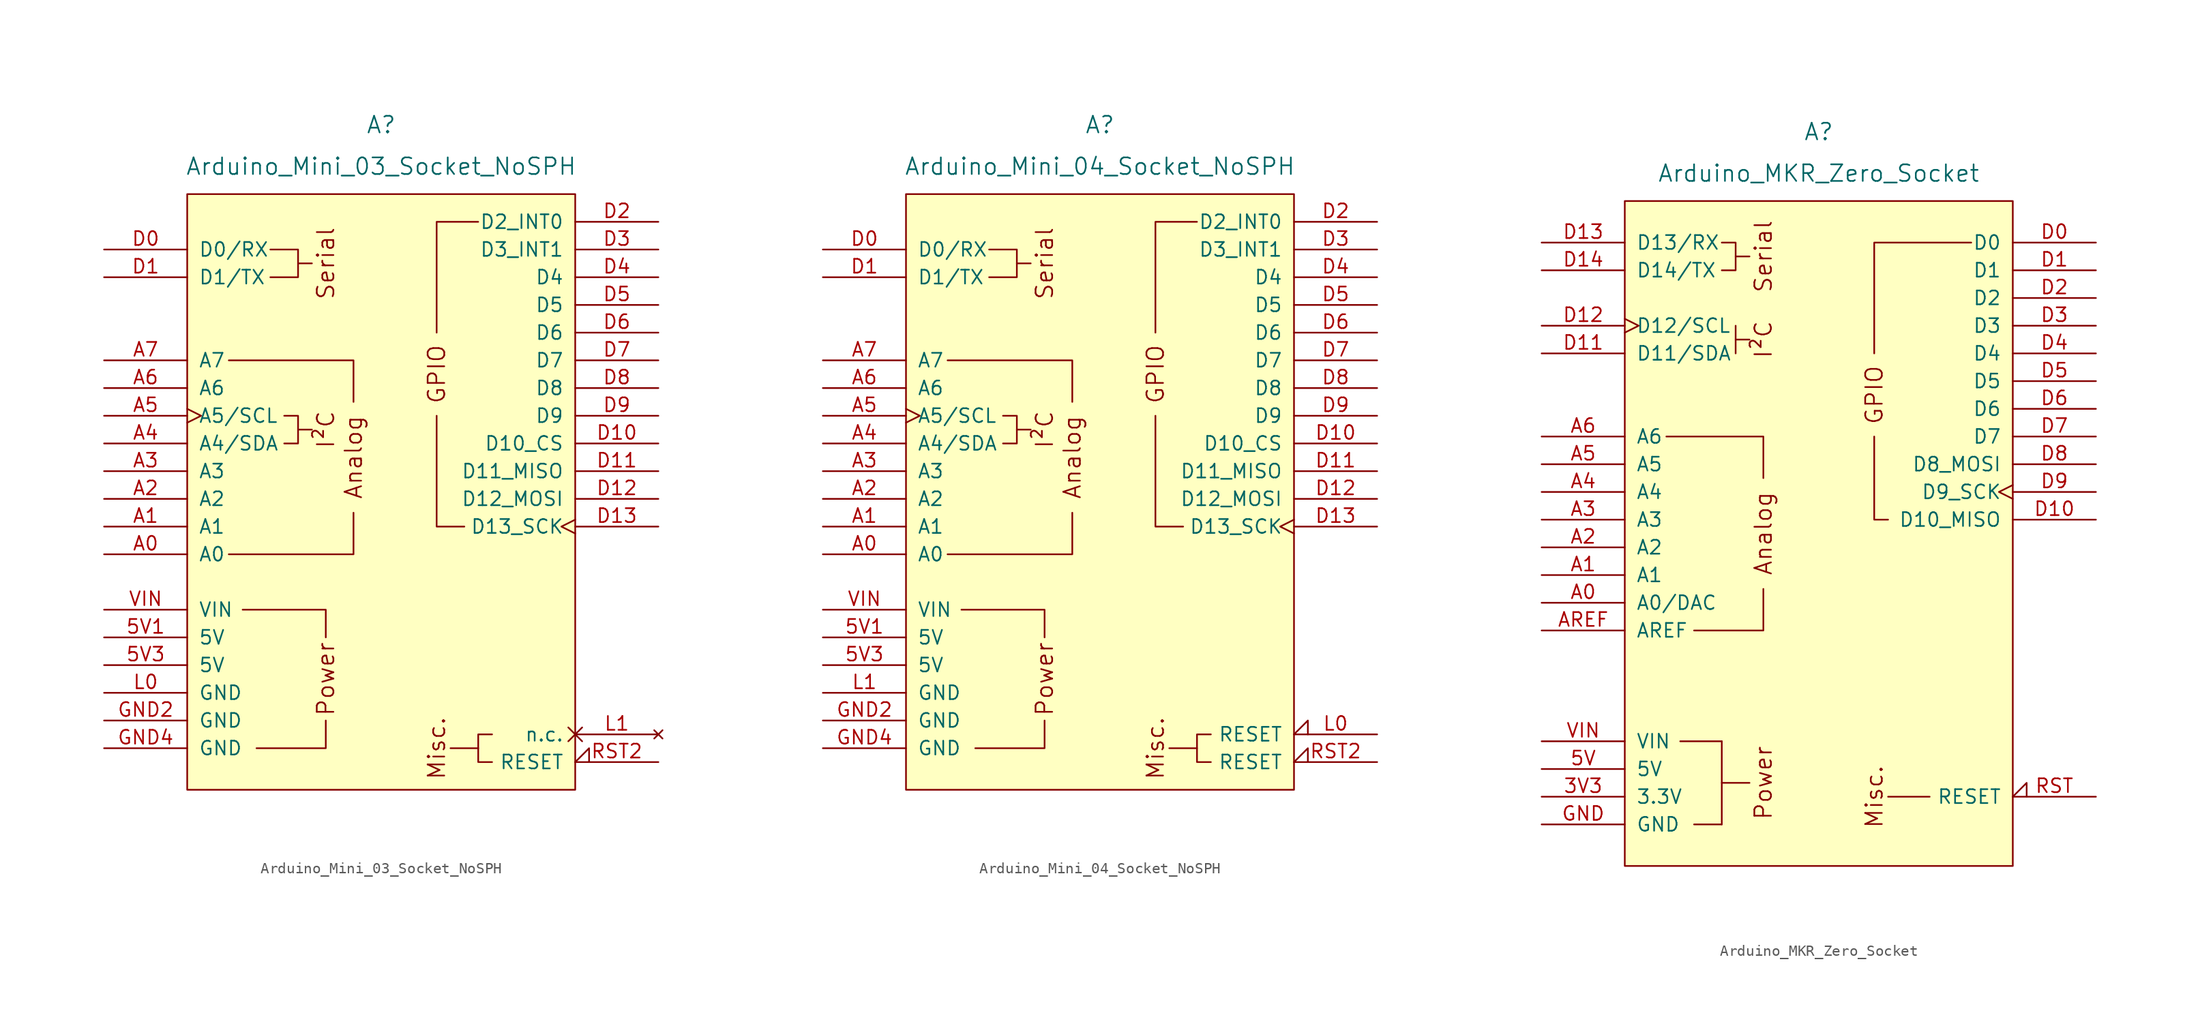
<source format=kicad_sym>
(kicad_symbol_lib
  (version 20231120)
  (generator "kicad_symbol_editor")
  (generator_version "8.0")
  (symbol "Arduino_Mini_03_Socket_NoSPH"
    (pin_names
      (offset 1.016))
    (property "Reference" "A"
      (at 0 34.29 0)
      (effects (font (size 1.524 1.524))))
    (property "Value" "Arduino_Mini_03_Socket_NoSPH"
      (at 0 30.48 0)
      (effects (font (size 1.524 1.524))))
    (symbol "Arduino_Mini_03_Socket_NoSPH_0_0"
      (rectangle (start -17.78 27.94) (end 17.78 -26.67) (stroke (width 0) (type default)) (fill (type background)))
      (polyline (pts (xy -7.62 6.35) (xy -6.35 6.35)) (stroke (width 0) (type default)) (fill (type none)))
      (polyline (pts (xy -7.62 21.59) (xy -6.35 21.59)) (stroke (width 0) (type default)) (fill (type none)))
      (polyline (pts (xy 8.89 -22.86) (xy 6.35 -22.86)) (stroke (width 0) (type default)) (fill (type none)))
      (polyline (pts (xy -11.43 -22.86) (xy -5.08 -22.86) (xy -5.08 -20.32)) (stroke (width 0) (type default)) (fill (type none)))
      (polyline (pts (xy -5.08 -12.7) (xy -5.08 -10.16) (xy -12.7 -10.16)) (stroke (width 0) (type default)) (fill (type none)))
      (polyline (pts (xy -2.54 -1.27) (xy -2.54 -5.08) (xy -13.97 -5.08)) (stroke (width 0) (type default)) (fill (type none)))
      (polyline (pts (xy -2.54 8.89) (xy -2.54 12.7) (xy -13.97 12.7)) (stroke (width 0) (type default)) (fill (type none)))
      (polyline (pts (xy -10.16 22.86) (xy -7.62 22.86) (xy -7.62 20.32) (xy -10.16 20.32)) (stroke (width 0) (type default)) (fill (type none)))
      (polyline (pts (xy -8.89 7.62) (xy -7.62 7.62) (xy -7.62 5.08) (xy -8.89 5.08)) (stroke (width 0) (type default)) (fill (type none)))
      (text "Analog" (at -2.54 3.81 900) (effects (font (size 1.524 1.524))))
      (text "I²C" (at -5.08 6.35 900) (effects (font (size 1.524 1.524))))
      (text "Misc." (at 5.08 -22.86 900) (effects (font (size 1.524 1.524))))
      (text "Power" (at -5.08 -16.51 900) (effects (font (size 1.524 1.524))))
      (text "Serial" (at -5.08 21.59 900) (effects (font (size 1.524 1.524)))))
    (symbol "Arduino_Mini_03_Socket_NoSPH_0_1"
      (polyline (pts (xy 7.62 -2.54) (xy 5.08 -2.54) (xy 5.08 7.62)) (stroke (width 0) (type default)) (fill (type none)))
      (polyline (pts (xy 8.89 25.4) (xy 5.08 25.4) (xy 5.08 15.24)) (stroke (width 0) (type default)) (fill (type none)))
      (polyline (pts (xy 10.16 -21.59) (xy 8.89 -21.59) (xy 8.89 -24.13) (xy 10.16 -24.13)) (stroke (width 0) (type default)) (fill (type none))))
    (symbol "Arduino_Mini_03_Socket_NoSPH_1_0"
      (text "GPIO" (at 5.08 11.43 900) (effects (font (size 1.524 1.524)))))
    (symbol "Arduino_Mini_03_Socket_NoSPH_1_1"
      (pin power_in line (at -25.4 -12.7 0) (length 7.62) (name "5V" (effects (font (size 1.27 1.27)))) (number "5V1" (effects (font (size 1.27 1.27)))))
      (pin power_in line (at -25.4 -15.24 0) (length 7.62) (name "5V" (effects (font (size 1.27 1.27)))) (number "5V3" (effects (font (size 1.27 1.27)))))
      (pin bidirectional line (at -25.4 -5.08 0) (length 7.62) (name "A0" (effects (font (size 1.27 1.27)))) (number "A0" (effects (font (size 1.27 1.27)))))
      (pin bidirectional line (at -25.4 -2.54 0) (length 7.62) (name "A1" (effects (font (size 1.27 1.27)))) (number "A1" (effects (font (size 1.27 1.27)))))
      (pin bidirectional line (at -25.4 0 0) (length 7.62) (name "A2" (effects (font (size 1.27 1.27)))) (number "A2" (effects (font (size 1.27 1.27)))))
      (pin bidirectional line (at -25.4 2.54 0) (length 7.62) (name "A3" (effects (font (size 1.27 1.27)))) (number "A3" (effects (font (size 1.27 1.27)))))
      (pin bidirectional line (at -25.4 5.08 0) (length 7.62) (name "A4/SDA" (effects (font (size 1.27 1.27)))) (number "A4" (effects (font (size 1.27 1.27)))))
      (pin bidirectional clock (at -25.4 7.62 0) (length 7.62) (name "A5/SCL" (effects (font (size 1.27 1.27)))) (number "A5" (effects (font (size 1.27 1.27)))))
      (pin input line (at -25.4 10.16 0) (length 7.62) (name "A6" (effects (font (size 1.27 1.27)))) (number "A6" (effects (font (size 1.27 1.27)))))
      (pin input line (at -25.4 12.7 0) (length 7.62) (name "A7" (effects (font (size 1.27 1.27)))) (number "A7" (effects (font (size 1.27 1.27)))))
      (pin bidirectional line (at -25.4 22.86 0) (length 7.62) (name "D0/RX" (effects (font (size 1.27 1.27)))) (number "D0" (effects (font (size 1.27 1.27)))))
      (pin bidirectional line (at -25.4 20.32 0) (length 7.62) (name "D1/TX" (effects (font (size 1.27 1.27)))) (number "D1" (effects (font (size 1.27 1.27)))))
      (pin bidirectional line (at 25.4 5.08 180) (length 7.62) (name "D10_CS" (effects (font (size 1.27 1.27)))) (number "D10" (effects (font (size 1.27 1.27)))))
      (pin bidirectional line (at 25.4 2.54 180) (length 7.62) (name "D11_MISO" (effects (font (size 1.27 1.27)))) (number "D11" (effects (font (size 1.27 1.27)))))
      (pin bidirectional line (at 25.4 0 180) (length 7.62) (name "D12_MOSI" (effects (font (size 1.27 1.27)))) (number "D12" (effects (font (size 1.27 1.27)))))
      (pin bidirectional clock (at 25.4 -2.54 180) (length 7.62) (name "D13_SCK" (effects (font (size 1.27 1.27)))) (number "D13" (effects (font (size 1.27 1.27)))))
      (pin bidirectional line (at 25.4 25.4 180) (length 7.62) (name "D2_INT0" (effects (font (size 1.27 1.27)))) (number "D2" (effects (font (size 1.27 1.27)))))
      (pin bidirectional line (at 25.4 22.86 180) (length 7.62) (name "D3_INT1" (effects (font (size 1.27 1.27)))) (number "D3" (effects (font (size 1.27 1.27)))))
      (pin bidirectional line (at 25.4 20.32 180) (length 7.62) (name "D4" (effects (font (size 1.27 1.27)))) (number "D4" (effects (font (size 1.27 1.27)))))
      (pin bidirectional line (at 25.4 17.78 180) (length 7.62) (name "D5" (effects (font (size 1.27 1.27)))) (number "D5" (effects (font (size 1.27 1.27)))))
      (pin bidirectional line (at 25.4 15.24 180) (length 7.62) (name "D6" (effects (font (size 1.27 1.27)))) (number "D6" (effects (font (size 1.27 1.27)))))
      (pin bidirectional line (at 25.4 12.7 180) (length 7.62) (name "D7" (effects (font (size 1.27 1.27)))) (number "D7" (effects (font (size 1.27 1.27)))))
      (pin bidirectional line (at 25.4 10.16 180) (length 7.62) (name "D8" (effects (font (size 1.27 1.27)))) (number "D8" (effects (font (size 1.27 1.27)))))
      (pin bidirectional line (at 25.4 7.62 180) (length 7.62) (name "D9" (effects (font (size 1.27 1.27)))) (number "D9" (effects (font (size 1.27 1.27)))))
      (pin power_in line (at -25.4 -20.32 0) (length 7.62) (name "GND" (effects (font (size 1.27 1.27)))) (number "GND2" (effects (font (size 1.27 1.27)))))
      (pin power_in line (at -25.4 -22.86 0) (length 7.62) (name "GND" (effects (font (size 1.27 1.27)))) (number "GND4" (effects (font (size 1.27 1.27)))))
      (pin power_in line (at -25.4 -17.78 0) (length 7.62) (name "GND" (effects (font (size 1.27 1.27)))) (number "L0" (effects (font (size 1.27 1.27)))))
      (pin no_connect non_logic (at 25.4 -21.59 180) (length 7.62) (name "n.c." (effects (font (size 1.27 1.27)))) (number "L1" (effects (font (size 1.27 1.27)))))
      (pin open_collector input_low (at 25.4 -24.13 180) (length 7.62) (name "RESET" (effects (font (size 1.27 1.27)))) (number "RST2" (effects (font (size 1.27 1.27)))))
      (pin power_in line (at -25.4 -10.16 0) (length 7.62) (name "VIN" (effects (font (size 1.27 1.27)))) (number "VIN" (effects (font (size 1.27 1.27)))))))
  (symbol "Arduino_Mini_04_Socket_NoSPH"
    (pin_names
      (offset 1.016))
    (property "Reference" "A"
      (at 0 34.29 0)
      (effects (font (size 1.524 1.524))))
    (property "Value" "Arduino_Mini_04_Socket_NoSPH"
      (at 0 30.48 0)
      (effects (font (size 1.524 1.524))))
    (symbol "Arduino_Mini_04_Socket_NoSPH_0_0"
      (rectangle (start -17.78 27.94) (end 17.78 -26.67) (stroke (width 0) (type default)) (fill (type background)))
      (polyline (pts (xy -7.62 6.35) (xy -6.35 6.35)) (stroke (width 0) (type default)) (fill (type none)))
      (polyline (pts (xy -7.62 21.59) (xy -6.35 21.59)) (stroke (width 0) (type default)) (fill (type none)))
      (polyline (pts (xy 8.89 -22.86) (xy 6.35 -22.86)) (stroke (width 0) (type default)) (fill (type none)))
      (polyline (pts (xy -11.43 -22.86) (xy -5.08 -22.86) (xy -5.08 -20.32)) (stroke (width 0) (type default)) (fill (type none)))
      (polyline (pts (xy -5.08 -12.7) (xy -5.08 -10.16) (xy -12.7 -10.16)) (stroke (width 0) (type default)) (fill (type none)))
      (polyline (pts (xy -2.54 -1.27) (xy -2.54 -5.08) (xy -13.97 -5.08)) (stroke (width 0) (type default)) (fill (type none)))
      (polyline (pts (xy -2.54 8.89) (xy -2.54 12.7) (xy -13.97 12.7)) (stroke (width 0) (type default)) (fill (type none)))
      (polyline (pts (xy -10.16 22.86) (xy -7.62 22.86) (xy -7.62 20.32) (xy -10.16 20.32)) (stroke (width 0) (type default)) (fill (type none)))
      (polyline (pts (xy -8.89 7.62) (xy -7.62 7.62) (xy -7.62 5.08) (xy -8.89 5.08)) (stroke (width 0) (type default)) (fill (type none)))
      (text "Analog" (at -2.54 3.81 900) (effects (font (size 1.524 1.524))))
      (text "I²C" (at -5.08 6.35 900) (effects (font (size 1.524 1.524))))
      (text "Misc." (at 5.08 -22.86 900) (effects (font (size 1.524 1.524))))
      (text "Power" (at -5.08 -16.51 900) (effects (font (size 1.524 1.524))))
      (text "Serial" (at -5.08 21.59 900) (effects (font (size 1.524 1.524)))))
    (symbol "Arduino_Mini_04_Socket_NoSPH_0_1"
      (polyline (pts (xy 7.62 -2.54) (xy 5.08 -2.54) (xy 5.08 7.62)) (stroke (width 0) (type default)) (fill (type none)))
      (polyline (pts (xy 8.89 25.4) (xy 5.08 25.4) (xy 5.08 15.24)) (stroke (width 0) (type default)) (fill (type none)))
      (polyline (pts (xy 10.16 -21.59) (xy 8.89 -21.59) (xy 8.89 -24.13) (xy 10.16 -24.13)) (stroke (width 0) (type default)) (fill (type none))))
    (symbol "Arduino_Mini_04_Socket_NoSPH_1_0"
      (text "GPIO" (at 5.08 11.43 900) (effects (font (size 1.524 1.524)))))
    (symbol "Arduino_Mini_04_Socket_NoSPH_1_1"
      (pin power_in line (at -25.4 -12.7 0) (length 7.62) (name "5V" (effects (font (size 1.27 1.27)))) (number "5V1" (effects (font (size 1.27 1.27)))))
      (pin power_in line (at -25.4 -15.24 0) (length 7.62) (name "5V" (effects (font (size 1.27 1.27)))) (number "5V3" (effects (font (size 1.27 1.27)))))
      (pin bidirectional line (at -25.4 -5.08 0) (length 7.62) (name "A0" (effects (font (size 1.27 1.27)))) (number "A0" (effects (font (size 1.27 1.27)))))
      (pin bidirectional line (at -25.4 -2.54 0) (length 7.62) (name "A1" (effects (font (size 1.27 1.27)))) (number "A1" (effects (font (size 1.27 1.27)))))
      (pin bidirectional line (at -25.4 0 0) (length 7.62) (name "A2" (effects (font (size 1.27 1.27)))) (number "A2" (effects (font (size 1.27 1.27)))))
      (pin bidirectional line (at -25.4 2.54 0) (length 7.62) (name "A3" (effects (font (size 1.27 1.27)))) (number "A3" (effects (font (size 1.27 1.27)))))
      (pin bidirectional line (at -25.4 5.08 0) (length 7.62) (name "A4/SDA" (effects (font (size 1.27 1.27)))) (number "A4" (effects (font (size 1.27 1.27)))))
      (pin bidirectional clock (at -25.4 7.62 0) (length 7.62) (name "A5/SCL" (effects (font (size 1.27 1.27)))) (number "A5" (effects (font (size 1.27 1.27)))))
      (pin input line (at -25.4 10.16 0) (length 7.62) (name "A6" (effects (font (size 1.27 1.27)))) (number "A6" (effects (font (size 1.27 1.27)))))
      (pin input line (at -25.4 12.7 0) (length 7.62) (name "A7" (effects (font (size 1.27 1.27)))) (number "A7" (effects (font (size 1.27 1.27)))))
      (pin bidirectional line (at -25.4 22.86 0) (length 7.62) (name "D0/RX" (effects (font (size 1.27 1.27)))) (number "D0" (effects (font (size 1.27 1.27)))))
      (pin bidirectional line (at -25.4 20.32 0) (length 7.62) (name "D1/TX" (effects (font (size 1.27 1.27)))) (number "D1" (effects (font (size 1.27 1.27)))))
      (pin bidirectional line (at 25.4 5.08 180) (length 7.62) (name "D10_CS" (effects (font (size 1.27 1.27)))) (number "D10" (effects (font (size 1.27 1.27)))))
      (pin bidirectional line (at 25.4 2.54 180) (length 7.62) (name "D11_MISO" (effects (font (size 1.27 1.27)))) (number "D11" (effects (font (size 1.27 1.27)))))
      (pin bidirectional line (at 25.4 0 180) (length 7.62) (name "D12_MOSI" (effects (font (size 1.27 1.27)))) (number "D12" (effects (font (size 1.27 1.27)))))
      (pin bidirectional clock (at 25.4 -2.54 180) (length 7.62) (name "D13_SCK" (effects (font (size 1.27 1.27)))) (number "D13" (effects (font (size 1.27 1.27)))))
      (pin bidirectional line (at 25.4 25.4 180) (length 7.62) (name "D2_INT0" (effects (font (size 1.27 1.27)))) (number "D2" (effects (font (size 1.27 1.27)))))
      (pin bidirectional line (at 25.4 22.86 180) (length 7.62) (name "D3_INT1" (effects (font (size 1.27 1.27)))) (number "D3" (effects (font (size 1.27 1.27)))))
      (pin bidirectional line (at 25.4 20.32 180) (length 7.62) (name "D4" (effects (font (size 1.27 1.27)))) (number "D4" (effects (font (size 1.27 1.27)))))
      (pin bidirectional line (at 25.4 17.78 180) (length 7.62) (name "D5" (effects (font (size 1.27 1.27)))) (number "D5" (effects (font (size 1.27 1.27)))))
      (pin bidirectional line (at 25.4 15.24 180) (length 7.62) (name "D6" (effects (font (size 1.27 1.27)))) (number "D6" (effects (font (size 1.27 1.27)))))
      (pin bidirectional line (at 25.4 12.7 180) (length 7.62) (name "D7" (effects (font (size 1.27 1.27)))) (number "D7" (effects (font (size 1.27 1.27)))))
      (pin bidirectional line (at 25.4 10.16 180) (length 7.62) (name "D8" (effects (font (size 1.27 1.27)))) (number "D8" (effects (font (size 1.27 1.27)))))
      (pin bidirectional line (at 25.4 7.62 180) (length 7.62) (name "D9" (effects (font (size 1.27 1.27)))) (number "D9" (effects (font (size 1.27 1.27)))))
      (pin power_in line (at -25.4 -20.32 0) (length 7.62) (name "GND" (effects (font (size 1.27 1.27)))) (number "GND2" (effects (font (size 1.27 1.27)))))
      (pin power_in line (at -25.4 -22.86 0) (length 7.62) (name "GND" (effects (font (size 1.27 1.27)))) (number "GND4" (effects (font (size 1.27 1.27)))))
      (pin open_collector input_low (at 25.4 -21.59 180) (length 7.62) (name "RESET" (effects (font (size 1.27 1.27)))) (number "L0" (effects (font (size 1.27 1.27)))))
      (pin power_in line (at -25.4 -17.78 0) (length 7.62) (name "GND" (effects (font (size 1.27 1.27)))) (number "L1" (effects (font (size 1.27 1.27)))))
      (pin open_collector input_low (at 25.4 -24.13 180) (length 7.62) (name "RESET" (effects (font (size 1.27 1.27)))) (number "RST2" (effects (font (size 1.27 1.27)))))
      (pin power_in line (at -25.4 -10.16 0) (length 7.62) (name "VIN" (effects (font (size 1.27 1.27)))) (number "VIN" (effects (font (size 1.27 1.27)))))))
  (symbol "Arduino_MKR_Zero_Socket"
    (pin_names
      (offset 1.016))
    (property "Reference" "A"
      (at 0 36.83 0)
      (effects (font (size 1.524 1.524))))
    (property "Value" "Arduino_MKR_Zero_Socket"
      (at 0 33.02 0)
      (effects (font (size 1.524 1.524))))
    (symbol "Arduino_MKR_Zero_Socket_0_0"
      (rectangle (start -17.78 30.48) (end 17.78 -30.48) (stroke (width 0) (type default)) (fill (type background)))
      (rectangle (start -12.7 -19.05) (end -8.89 -19.05) (stroke (width 0) (type default)) (fill (type none)))
      (rectangle (start -11.43 -26.67) (end -8.89 -26.67) (stroke (width 0) (type default)) (fill (type none)))
      (rectangle (start -8.89 -22.86) (end -6.35 -22.86) (stroke (width 0) (type default)) (fill (type none)))
      (polyline (pts (xy -8.89 -19.05) (xy -8.89 -26.67)) (stroke (width 0) (type default)) (fill (type none)))
      (polyline (pts (xy -7.62 25.4) (xy -6.35 25.4)) (stroke (width 0) (type default)) (fill (type none)))
      (polyline (pts (xy -5.08 -5.08) (xy -5.08 -8.89) (xy -11.43 -8.89)) (stroke (width 0) (type default)) (fill (type none)))
      (polyline (pts (xy -5.08 5.08) (xy -5.08 8.89) (xy -13.97 8.89)) (stroke (width 0) (type default)) (fill (type none)))
      (polyline (pts (xy 5.08 8.89) (xy 5.08 1.27) (xy 6.35 1.27)) (stroke (width 0) (type default)) (fill (type none)))
      (polyline (pts (xy 5.08 16.51) (xy 5.08 26.67) (xy 13.97 26.67)) (stroke (width 0) (type default)) (fill (type none)))
      (polyline (pts (xy -8.89 26.67) (xy -7.62 26.67) (xy -7.62 24.13) (xy -8.89 24.13)) (stroke (width 0) (type default)) (fill (type none)))
      (rectangle (start 6.35 -24.13) (end 10.16 -24.13) (stroke (width 0) (type default)) (fill (type none)))
      (text "Analog" (at -5.08 0 900) (effects (font (size 1.524 1.524))))
      (text "I²C" (at -5.08 17.78 900) (effects (font (size 1.524 1.524))))
      (text "Misc." (at 5.08 -24.13 900) (effects (font (size 1.524 1.524))))
      (text "Power" (at -5.08 -22.86 900) (effects (font (size 1.524 1.524))))
      (text "Serial" (at -5.08 25.4 900) (effects (font (size 1.524 1.524)))))
    (symbol "Arduino_MKR_Zero_Socket_0_1"
      (polyline (pts (xy -7.62 16.51) (xy -7.62 19.05)) (stroke (width 0) (type default)) (fill (type none)))
      (polyline (pts (xy -7.62 17.78) (xy -6.35 17.78)) (stroke (width 0) (type default)) (fill (type none))))
    (symbol "Arduino_MKR_Zero_Socket_1_0"
      (text "GPIO" (at 5.08 12.7 900) (effects (font (size 1.524 1.524)))))
    (symbol "Arduino_MKR_Zero_Socket_1_1"
      (pin power_out line (at -25.4 -24.13 0) (length 7.62) (name "3.3V" (effects (font (size 1.27 1.27)))) (number "3V3" (effects (font (size 1.27 1.27)))))
      (pin power_in line (at -25.4 -21.59 0) (length 7.62) (name "5V" (effects (font (size 1.27 1.27)))) (number "5V" (effects (font (size 1.27 1.27)))))
      (pin bidirectional line (at -25.4 -6.35 0) (length 7.62) (name "A0/DAC" (effects (font (size 1.27 1.27)))) (number "A0" (effects (font (size 1.27 1.27)))))
      (pin bidirectional line (at -25.4 -3.81 0) (length 7.62) (name "A1" (effects (font (size 1.27 1.27)))) (number "A1" (effects (font (size 1.27 1.27)))))
      (pin bidirectional line (at -25.4 -1.27 0) (length 7.62) (name "A2" (effects (font (size 1.27 1.27)))) (number "A2" (effects (font (size 1.27 1.27)))))
      (pin bidirectional line (at -25.4 1.27 0) (length 7.62) (name "A3" (effects (font (size 1.27 1.27)))) (number "A3" (effects (font (size 1.27 1.27)))))
      (pin bidirectional line (at -25.4 3.81 0) (length 7.62) (name "A4" (effects (font (size 1.27 1.27)))) (number "A4" (effects (font (size 1.27 1.27)))))
      (pin bidirectional line (at -25.4 6.35 0) (length 7.62) (name "A5" (effects (font (size 1.27 1.27)))) (number "A5" (effects (font (size 1.27 1.27)))))
      (pin bidirectional line (at -25.4 8.89 0) (length 7.62) (name "A6" (effects (font (size 1.27 1.27)))) (number "A6" (effects (font (size 1.27 1.27)))))
      (pin input line (at -25.4 -8.89 0) (length 7.62) (name "AREF" (effects (font (size 1.27 1.27)))) (number "AREF" (effects (font (size 1.27 1.27)))))
      (pin bidirectional line (at 25.4 26.67 180) (length 7.62) (name "D0" (effects (font (size 1.27 1.27)))) (number "D0" (effects (font (size 1.27 1.27)))))
      (pin bidirectional line (at 25.4 24.13 180) (length 7.62) (name "D1" (effects (font (size 1.27 1.27)))) (number "D1" (effects (font (size 1.27 1.27)))))
      (pin bidirectional line (at 25.4 1.27 180) (length 7.62) (name "D10_MISO" (effects (font (size 1.27 1.27)))) (number "D10" (effects (font (size 1.27 1.27)))))
      (pin bidirectional line (at -25.4 16.51 0) (length 7.62) (name "D11/SDA" (effects (font (size 1.27 1.27)))) (number "D11" (effects (font (size 1.27 1.27)))))
      (pin bidirectional clock (at -25.4 19.05 0) (length 7.62) (name "D12/SCL" (effects (font (size 1.27 1.27)))) (number "D12" (effects (font (size 1.27 1.27)))))
      (pin bidirectional line (at -25.4 26.67 0) (length 7.62) (name "D13/RX" (effects (font (size 1.27 1.27)))) (number "D13" (effects (font (size 1.27 1.27)))))
      (pin bidirectional line (at -25.4 24.13 0) (length 7.62) (name "D14/TX" (effects (font (size 1.27 1.27)))) (number "D14" (effects (font (size 1.27 1.27)))))
      (pin bidirectional line (at 25.4 21.59 180) (length 7.62) (name "D2" (effects (font (size 1.27 1.27)))) (number "D2" (effects (font (size 1.27 1.27)))))
      (pin bidirectional line (at 25.4 19.05 180) (length 7.62) (name "D3" (effects (font (size 1.27 1.27)))) (number "D3" (effects (font (size 1.27 1.27)))))
      (pin bidirectional line (at 25.4 16.51 180) (length 7.62) (name "D4" (effects (font (size 1.27 1.27)))) (number "D4" (effects (font (size 1.27 1.27)))))
      (pin bidirectional line (at 25.4 13.97 180) (length 7.62) (name "D5" (effects (font (size 1.27 1.27)))) (number "D5" (effects (font (size 1.27 1.27)))))
      (pin bidirectional line (at 25.4 11.43 180) (length 7.62) (name "D6" (effects (font (size 1.27 1.27)))) (number "D6" (effects (font (size 1.27 1.27)))))
      (pin bidirectional line (at 25.4 8.89 180) (length 7.62) (name "D7" (effects (font (size 1.27 1.27)))) (number "D7" (effects (font (size 1.27 1.27)))))
      (pin bidirectional line (at 25.4 6.35 180) (length 7.62) (name "D8_MOSI" (effects (font (size 1.27 1.27)))) (number "D8" (effects (font (size 1.27 1.27)))))
      (pin bidirectional clock (at 25.4 3.81 180) (length 7.62) (name "D9_SCK" (effects (font (size 1.27 1.27)))) (number "D9" (effects (font (size 1.27 1.27)))))
      (pin power_in line (at -25.4 -26.67 0) (length 7.62) (name "GND" (effects (font (size 1.27 1.27)))) (number "GND" (effects (font (size 1.27 1.27)))))
      (pin open_collector input_low (at 25.4 -24.13 180) (length 7.62) (name "RESET" (effects (font (size 1.27 1.27)))) (number "RST" (effects (font (size 1.27 1.27)))))
      (pin power_in line (at -25.4 -19.05 0) (length 7.62) (name "VIN" (effects (font (size 1.27 1.27)))) (number "VIN" (effects (font (size 1.27 1.27))))))))
</source>
